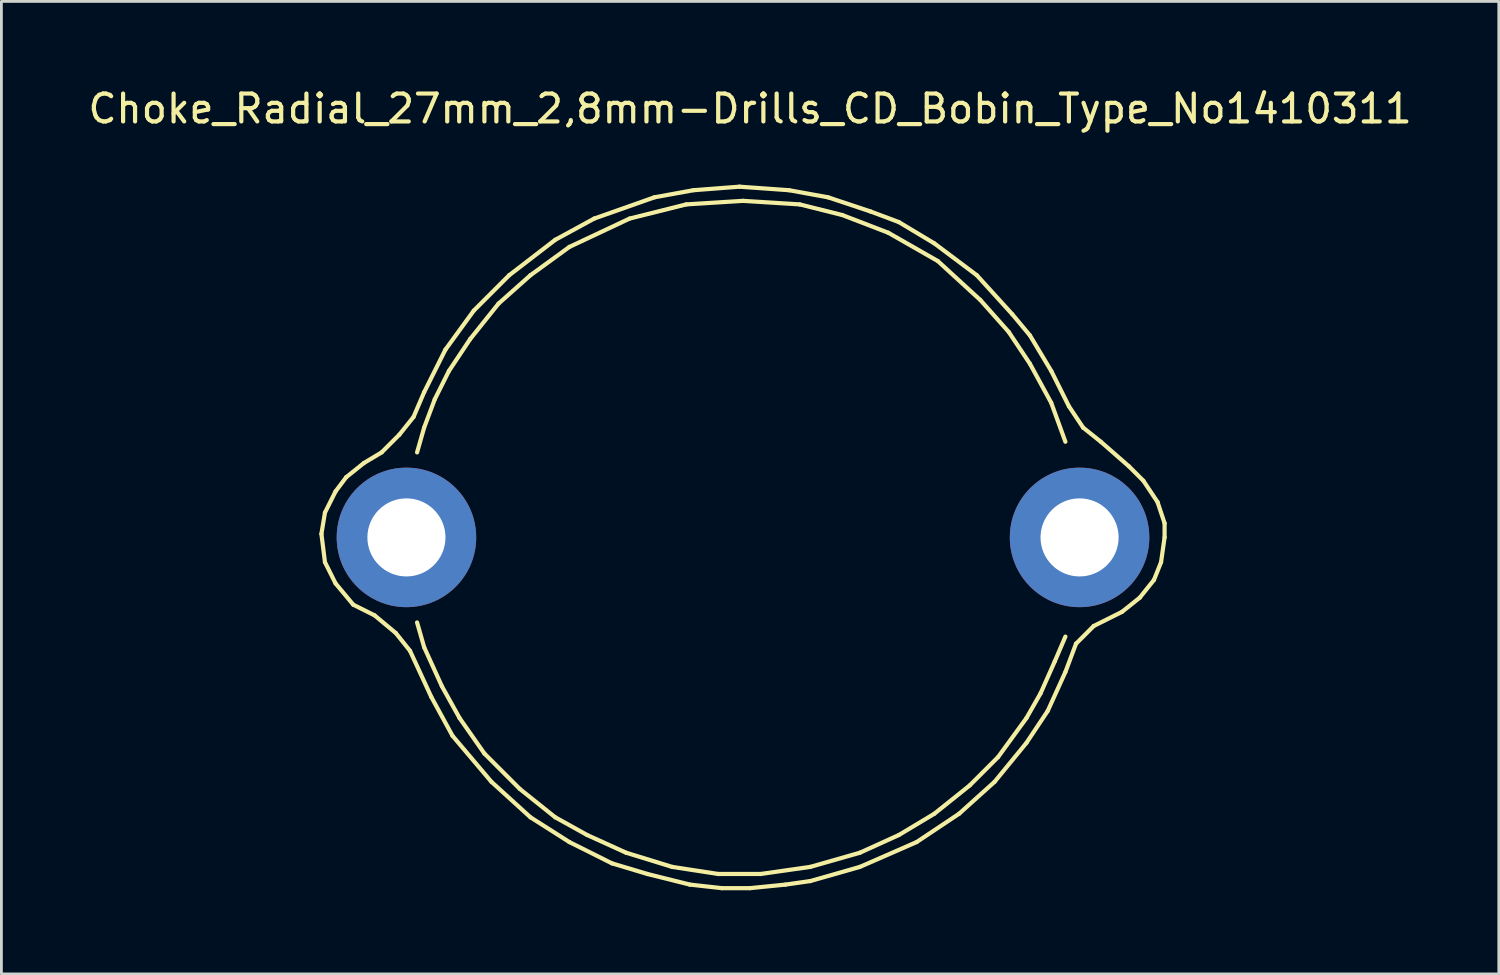
<source format=kicad_pcb>
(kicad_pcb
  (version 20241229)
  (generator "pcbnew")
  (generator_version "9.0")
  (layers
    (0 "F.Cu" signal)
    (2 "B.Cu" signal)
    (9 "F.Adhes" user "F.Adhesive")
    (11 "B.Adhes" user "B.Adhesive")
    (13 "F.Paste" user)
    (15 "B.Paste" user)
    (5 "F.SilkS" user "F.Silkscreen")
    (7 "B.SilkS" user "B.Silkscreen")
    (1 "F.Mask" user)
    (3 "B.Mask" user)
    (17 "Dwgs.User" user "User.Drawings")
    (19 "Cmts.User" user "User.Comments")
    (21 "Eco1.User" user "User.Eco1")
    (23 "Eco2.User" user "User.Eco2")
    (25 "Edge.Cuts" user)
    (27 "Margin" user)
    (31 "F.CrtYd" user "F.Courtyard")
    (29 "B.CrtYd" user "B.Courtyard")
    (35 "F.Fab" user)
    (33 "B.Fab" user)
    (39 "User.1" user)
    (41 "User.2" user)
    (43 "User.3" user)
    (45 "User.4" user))
  (footprint "Choke_Radial_27mm_2,8mm-Drills_CD_Bobin_Type_No1410311"
    (layer "F.Cu")
    (at 23.585 16.215)
    (property "Reference" "Choke_Radial_27mm_2,8mm-Drills_CD_Bobin_Type_No1410311" (at 0.254 -15.367 0) (layer "F.SilkS") (effects (font (size 1 1) (thickness 0.15))))
    (attr through_hole)
    (fp_line (start -15.113 -0.127) (end -14.986 -0.889) (stroke (width 0.15) (type solid)) (layer "F.SilkS"))
    (fp_line (start -14.986 -0.889) (end -14.605 -1.651) (stroke (width 0.15) (type solid)) (layer "F.SilkS"))
    (fp_line (start -14.986 0.889) (end -15.113 -0.127) (stroke (width 0.15) (type solid)) (layer "F.SilkS"))
    (fp_line (start -14.605 -1.651) (end -14.224 -2.159) (stroke (width 0.15) (type solid)) (layer "F.SilkS"))
    (fp_line (start -14.605 1.651) (end -14.986 0.889) (stroke (width 0.15) (type solid)) (layer "F.SilkS"))
    (fp_line (start -14.224 -2.159) (end -13.589 -2.667) (stroke (width 0.15) (type solid)) (layer "F.SilkS"))
    (fp_line (start -13.97 2.413) (end -14.605 1.651) (stroke (width 0.15) (type solid)) (layer "F.SilkS"))
    (fp_line (start -13.589 -2.667) (end -12.954 -3.048) (stroke (width 0.15) (type solid)) (layer "F.SilkS"))
    (fp_line (start -13.208 2.794) (end -13.97 2.413) (stroke (width 0.15) (type solid)) (layer "F.SilkS"))
    (fp_line (start -12.954 -3.048) (end -12.319 -3.683) (stroke (width 0.15) (type solid)) (layer "F.SilkS"))
    (fp_line (start -12.446 3.429) (end -13.208 2.794) (stroke (width 0.15) (type solid)) (layer "F.SilkS"))
    (fp_line (start -12.319 -3.683) (end -11.811 -4.318) (stroke (width 0.15) (type solid)) (layer "F.SilkS"))
    (fp_line (start -11.938 4.064) (end -12.446 3.429) (stroke (width 0.15) (type solid)) (layer "F.SilkS"))
    (fp_line (start -11.811 -4.318) (end -11.43 -5.207) (stroke (width 0.15) (type solid)) (layer "F.SilkS"))
    (fp_line (start -11.684 -3.048) (end -11.43 -3.937) (stroke (width 0.15) (type solid)) (layer "F.SilkS"))
    (fp_line (start -11.43 -5.207) (end -10.668 -6.731) (stroke (width 0.15) (type solid)) (layer "F.SilkS"))
    (fp_line (start -11.43 -3.937) (end -11.049 -4.953) (stroke (width 0.15) (type solid)) (layer "F.SilkS"))
    (fp_line (start -11.43 3.937) (end -11.684 3.048) (stroke (width 0.15) (type solid)) (layer "F.SilkS"))
    (fp_line (start -11.176 5.715) (end -11.938 4.064) (stroke (width 0.15) (type solid)) (layer "F.SilkS"))
    (fp_line (start -11.049 -4.953) (end -10.541 -5.969) (stroke (width 0.15) (type solid)) (layer "F.SilkS"))
    (fp_line (start -10.795 5.334) (end -11.43 3.937) (stroke (width 0.15) (type solid)) (layer "F.SilkS"))
    (fp_line (start -10.668 -6.731) (end -9.652 -8.128) (stroke (width 0.15) (type solid)) (layer "F.SilkS"))
    (fp_line (start -10.541 -5.969) (end -9.779 -7.112) (stroke (width 0.15) (type solid)) (layer "F.SilkS"))
    (fp_line (start -10.414 7.112) (end -11.176 5.715) (stroke (width 0.15) (type solid)) (layer "F.SilkS"))
    (fp_line (start -10.16 6.477) (end -10.795 5.334) (stroke (width 0.15) (type solid)) (layer "F.SilkS"))
    (fp_line (start -9.779 -7.112) (end -8.763 -8.382) (stroke (width 0.15) (type solid)) (layer "F.SilkS"))
    (fp_line (start -9.652 -8.128) (end -8.382 -9.398) (stroke (width 0.15) (type solid)) (layer "F.SilkS"))
    (fp_line (start -9.271 7.747) (end -10.16 6.477) (stroke (width 0.15) (type solid)) (layer "F.SilkS"))
    (fp_line (start -9.017 8.763) (end -10.414 7.112) (stroke (width 0.15) (type solid)) (layer "F.SilkS"))
    (fp_line (start -8.763 -8.382) (end -7.62 -9.398) (stroke (width 0.15) (type solid)) (layer "F.SilkS"))
    (fp_line (start -8.382 -9.398) (end -6.731 -10.668) (stroke (width 0.15) (type solid)) (layer "F.SilkS"))
    (fp_line (start -8.001 9.017) (end -9.271 7.747) (stroke (width 0.15) (type solid)) (layer "F.SilkS"))
    (fp_line (start -7.62 -9.398) (end -6.223 -10.414) (stroke (width 0.15) (type solid)) (layer "F.SilkS"))
    (fp_line (start -7.62 10.033) (end -9.017 8.763) (stroke (width 0.15) (type solid)) (layer "F.SilkS"))
    (fp_line (start -6.731 -10.668) (end -5.334 -11.43) (stroke (width 0.15) (type solid)) (layer "F.SilkS"))
    (fp_line (start -6.731 10.033) (end -8.001 9.017) (stroke (width 0.15) (type solid)) (layer "F.SilkS"))
    (fp_line (start -6.223 -10.414) (end -4.064 -11.43) (stroke (width 0.15) (type solid)) (layer "F.SilkS"))
    (fp_line (start -6.223 10.922) (end -7.62 10.033) (stroke (width 0.15) (type solid)) (layer "F.SilkS"))
    (fp_line (start -5.588 10.668) (end -6.731 10.033) (stroke (width 0.15) (type solid)) (layer "F.SilkS"))
    (fp_line (start -5.334 -11.43) (end -3.175 -12.192) (stroke (width 0.15) (type solid)) (layer "F.SilkS"))
    (fp_line (start -4.699 11.684) (end -6.223 10.922) (stroke (width 0.15) (type solid)) (layer "F.SilkS"))
    (fp_line (start -4.191 11.303) (end -5.588 10.668) (stroke (width 0.15) (type solid)) (layer "F.SilkS"))
    (fp_line (start -4.064 -11.43) (end -2.032 -11.938) (stroke (width 0.15) (type solid)) (layer "F.SilkS"))
    (fp_line (start -3.429 12.065) (end -4.699 11.684) (stroke (width 0.15) (type solid)) (layer "F.SilkS"))
    (fp_line (start -3.175 -12.192) (end -1.778 -12.446) (stroke (width 0.15) (type solid)) (layer "F.SilkS"))
    (fp_line (start -2.54 11.811) (end -4.191 11.303) (stroke (width 0.15) (type solid)) (layer "F.SilkS"))
    (fp_line (start -2.032 -11.938) (end 0 -12.065) (stroke (width 0.15) (type solid)) (layer "F.SilkS"))
    (fp_line (start -1.905 12.446) (end -3.429 12.065) (stroke (width 0.15) (type solid)) (layer "F.SilkS"))
    (fp_line (start -1.778 -12.446) (end -0.127 -12.573) (stroke (width 0.15) (type solid)) (layer "F.SilkS"))
    (fp_line (start -0.889 12.065) (end -2.54 11.811) (stroke (width 0.15) (type solid)) (layer "F.SilkS"))
    (fp_line (start -0.762 12.573) (end -1.905 12.446) (stroke (width 0.15) (type solid)) (layer "F.SilkS"))
    (fp_line (start -0.127 -12.573) (end 1.651 -12.446) (stroke (width 0.15) (type solid)) (layer "F.SilkS"))
    (fp_line (start 0 -12.065) (end 2.032 -11.938) (stroke (width 0.15) (type solid)) (layer "F.SilkS"))
    (fp_line (start 0.254 12.573) (end -0.762 12.573) (stroke (width 0.15) (type solid)) (layer "F.SilkS"))
    (fp_line (start 0.635 12.065) (end -0.889 12.065) (stroke (width 0.15) (type solid)) (layer "F.SilkS"))
    (fp_line (start 1.524 12.446) (end 0.254 12.573) (stroke (width 0.15) (type solid)) (layer "F.SilkS"))
    (fp_line (start 1.651 -12.446) (end 3.048 -12.192) (stroke (width 0.15) (type solid)) (layer "F.SilkS"))
    (fp_line (start 2.032 -11.938) (end 3.556 -11.557) (stroke (width 0.15) (type solid)) (layer "F.SilkS"))
    (fp_line (start 2.413 11.811) (end 0.635 12.065) (stroke (width 0.15) (type solid)) (layer "F.SilkS"))
    (fp_line (start 2.413 12.319) (end 1.524 12.446) (stroke (width 0.15) (type solid)) (layer "F.SilkS"))
    (fp_line (start 3.048 -12.192) (end 4.572 -11.684) (stroke (width 0.15) (type solid)) (layer "F.SilkS"))
    (fp_line (start 3.556 -11.557) (end 5.207 -10.922) (stroke (width 0.15) (type solid)) (layer "F.SilkS"))
    (fp_line (start 4.191 11.303) (end 2.413 11.811) (stroke (width 0.15) (type solid)) (layer "F.SilkS"))
    (fp_line (start 4.191 11.811) (end 2.413 12.319) (stroke (width 0.15) (type solid)) (layer "F.SilkS"))
    (fp_line (start 4.572 -11.684) (end 5.588 -11.303) (stroke (width 0.15) (type solid)) (layer "F.SilkS"))
    (fp_line (start 5.207 -10.922) (end 6.985 -9.906) (stroke (width 0.15) (type solid)) (layer "F.SilkS"))
    (fp_line (start 5.588 -11.303) (end 6.858 -10.541) (stroke (width 0.15) (type solid)) (layer "F.SilkS"))
    (fp_line (start 5.588 10.668) (end 4.191 11.303) (stroke (width 0.15) (type solid)) (layer "F.SilkS"))
    (fp_line (start 6.223 10.922) (end 4.191 11.811) (stroke (width 0.15) (type solid)) (layer "F.SilkS"))
    (fp_line (start 6.858 -10.541) (end 8.382 -9.398) (stroke (width 0.15) (type solid)) (layer "F.SilkS"))
    (fp_line (start 6.858 9.906) (end 5.588 10.668) (stroke (width 0.15) (type solid)) (layer "F.SilkS"))
    (fp_line (start 6.985 -9.906) (end 8.509 -8.509) (stroke (width 0.15) (type solid)) (layer "F.SilkS"))
    (fp_line (start 7.747 9.906) (end 6.223 10.922) (stroke (width 0.15) (type solid)) (layer "F.SilkS"))
    (fp_line (start 8.128 8.89) (end 6.858 9.906) (stroke (width 0.15) (type solid)) (layer "F.SilkS"))
    (fp_line (start 8.382 -9.398) (end 9.652 -8.001) (stroke (width 0.15) (type solid)) (layer "F.SilkS"))
    (fp_line (start 8.509 -8.509) (end 9.525 -7.366) (stroke (width 0.15) (type solid)) (layer "F.SilkS"))
    (fp_line (start 9.017 8.763) (end 7.747 9.906) (stroke (width 0.15) (type solid)) (layer "F.SilkS"))
    (fp_line (start 9.144 7.874) (end 8.128 8.89) (stroke (width 0.15) (type solid)) (layer "F.SilkS"))
    (fp_line (start 9.525 -7.366) (end 10.287 -6.223) (stroke (width 0.15) (type solid)) (layer "F.SilkS"))
    (fp_line (start 9.652 -8.001) (end 10.287 -7.239) (stroke (width 0.15) (type solid)) (layer "F.SilkS"))
    (fp_line (start 10.16 6.477) (end 9.144 7.874) (stroke (width 0.15) (type solid)) (layer "F.SilkS"))
    (fp_line (start 10.16 7.366) (end 9.017 8.763) (stroke (width 0.15) (type solid)) (layer "F.SilkS"))
    (fp_line (start 10.287 -7.239) (end 11.049 -5.969) (stroke (width 0.15) (type solid)) (layer "F.SilkS"))
    (fp_line (start 10.287 -6.223) (end 11.049 -4.826) (stroke (width 0.15) (type solid)) (layer "F.SilkS"))
    (fp_line (start 10.668 5.588) (end 10.16 6.477) (stroke (width 0.15) (type solid)) (layer "F.SilkS"))
    (fp_line (start 10.922 6.223) (end 10.16 7.366) (stroke (width 0.15) (type solid)) (layer "F.SilkS"))
    (fp_line (start 11.049 -5.969) (end 11.684 -4.699) (stroke (width 0.15) (type solid)) (layer "F.SilkS"))
    (fp_line (start 11.049 -4.826) (end 11.557 -3.429) (stroke (width 0.15) (type solid)) (layer "F.SilkS"))
    (fp_line (start 11.176 4.445) (end 10.668 5.588) (stroke (width 0.15) (type solid)) (layer "F.SilkS"))
    (fp_line (start 11.557 3.556) (end 11.176 4.445) (stroke (width 0.15) (type solid)) (layer "F.SilkS"))
    (fp_line (start 11.557 4.826) (end 10.922 6.223) (stroke (width 0.15) (type solid)) (layer "F.SilkS"))
    (fp_line (start 11.684 -4.699) (end 12.192 -3.937) (stroke (width 0.15) (type solid)) (layer "F.SilkS"))
    (fp_line (start 11.938 3.81) (end 11.557 4.826) (stroke (width 0.15) (type solid)) (layer "F.SilkS"))
    (fp_line (start 12.192 -3.937) (end 12.827 -3.429) (stroke (width 0.15) (type solid)) (layer "F.SilkS"))
    (fp_line (start 12.573 3.175) (end 11.938 3.81) (stroke (width 0.15) (type solid)) (layer "F.SilkS"))
    (fp_line (start 12.827 -3.429) (end 13.843 -2.54) (stroke (width 0.15) (type solid)) (layer "F.SilkS"))
    (fp_line (start 13.589 2.667) (end 12.573 3.175) (stroke (width 0.15) (type solid)) (layer "F.SilkS"))
    (fp_line (start 13.843 -2.54) (end 14.351 -2.032) (stroke (width 0.15) (type solid)) (layer "F.SilkS"))
    (fp_line (start 14.224 2.159) (end 13.589 2.667) (stroke (width 0.15) (type solid)) (layer "F.SilkS"))
    (fp_line (start 14.351 -2.032) (end 14.859 -1.27) (stroke (width 0.15) (type solid)) (layer "F.SilkS"))
    (fp_line (start 14.732 1.524) (end 14.224 2.159) (stroke (width 0.15) (type solid)) (layer "F.SilkS"))
    (fp_line (start 14.859 -1.27) (end 15.113 -0.508) (stroke (width 0.15) (type solid)) (layer "F.SilkS"))
    (fp_line (start 14.986 0.889) (end 14.732 1.524) (stroke (width 0.15) (type solid)) (layer "F.SilkS"))
    (fp_line (start 15.113 -0.508) (end 15.113 0) (stroke (width 0.15) (type solid)) (layer "F.SilkS"))
    (fp_line (start 15.113 0) (end 14.986 0.889) (stroke (width 0.15) (type solid)) (layer "F.SilkS"))
    (pad "1" thru_hole circle (at 12.065 0) (size 5.001 5.001) (drill 2.799) (layers "*.Cu" "*.Mask"))
    (pad "2" thru_hole circle (at -12.065 0) (size 5.001 5.001) (drill 2.799) (layers "*.Cu" "*.Mask")))
  (gr_rect
    (start -3 -3)
    (end 50.679 31.863)
    (stroke (width 0.1) (type default))
    (fill no)
    (layer "Edge.Cuts")))
</source>
